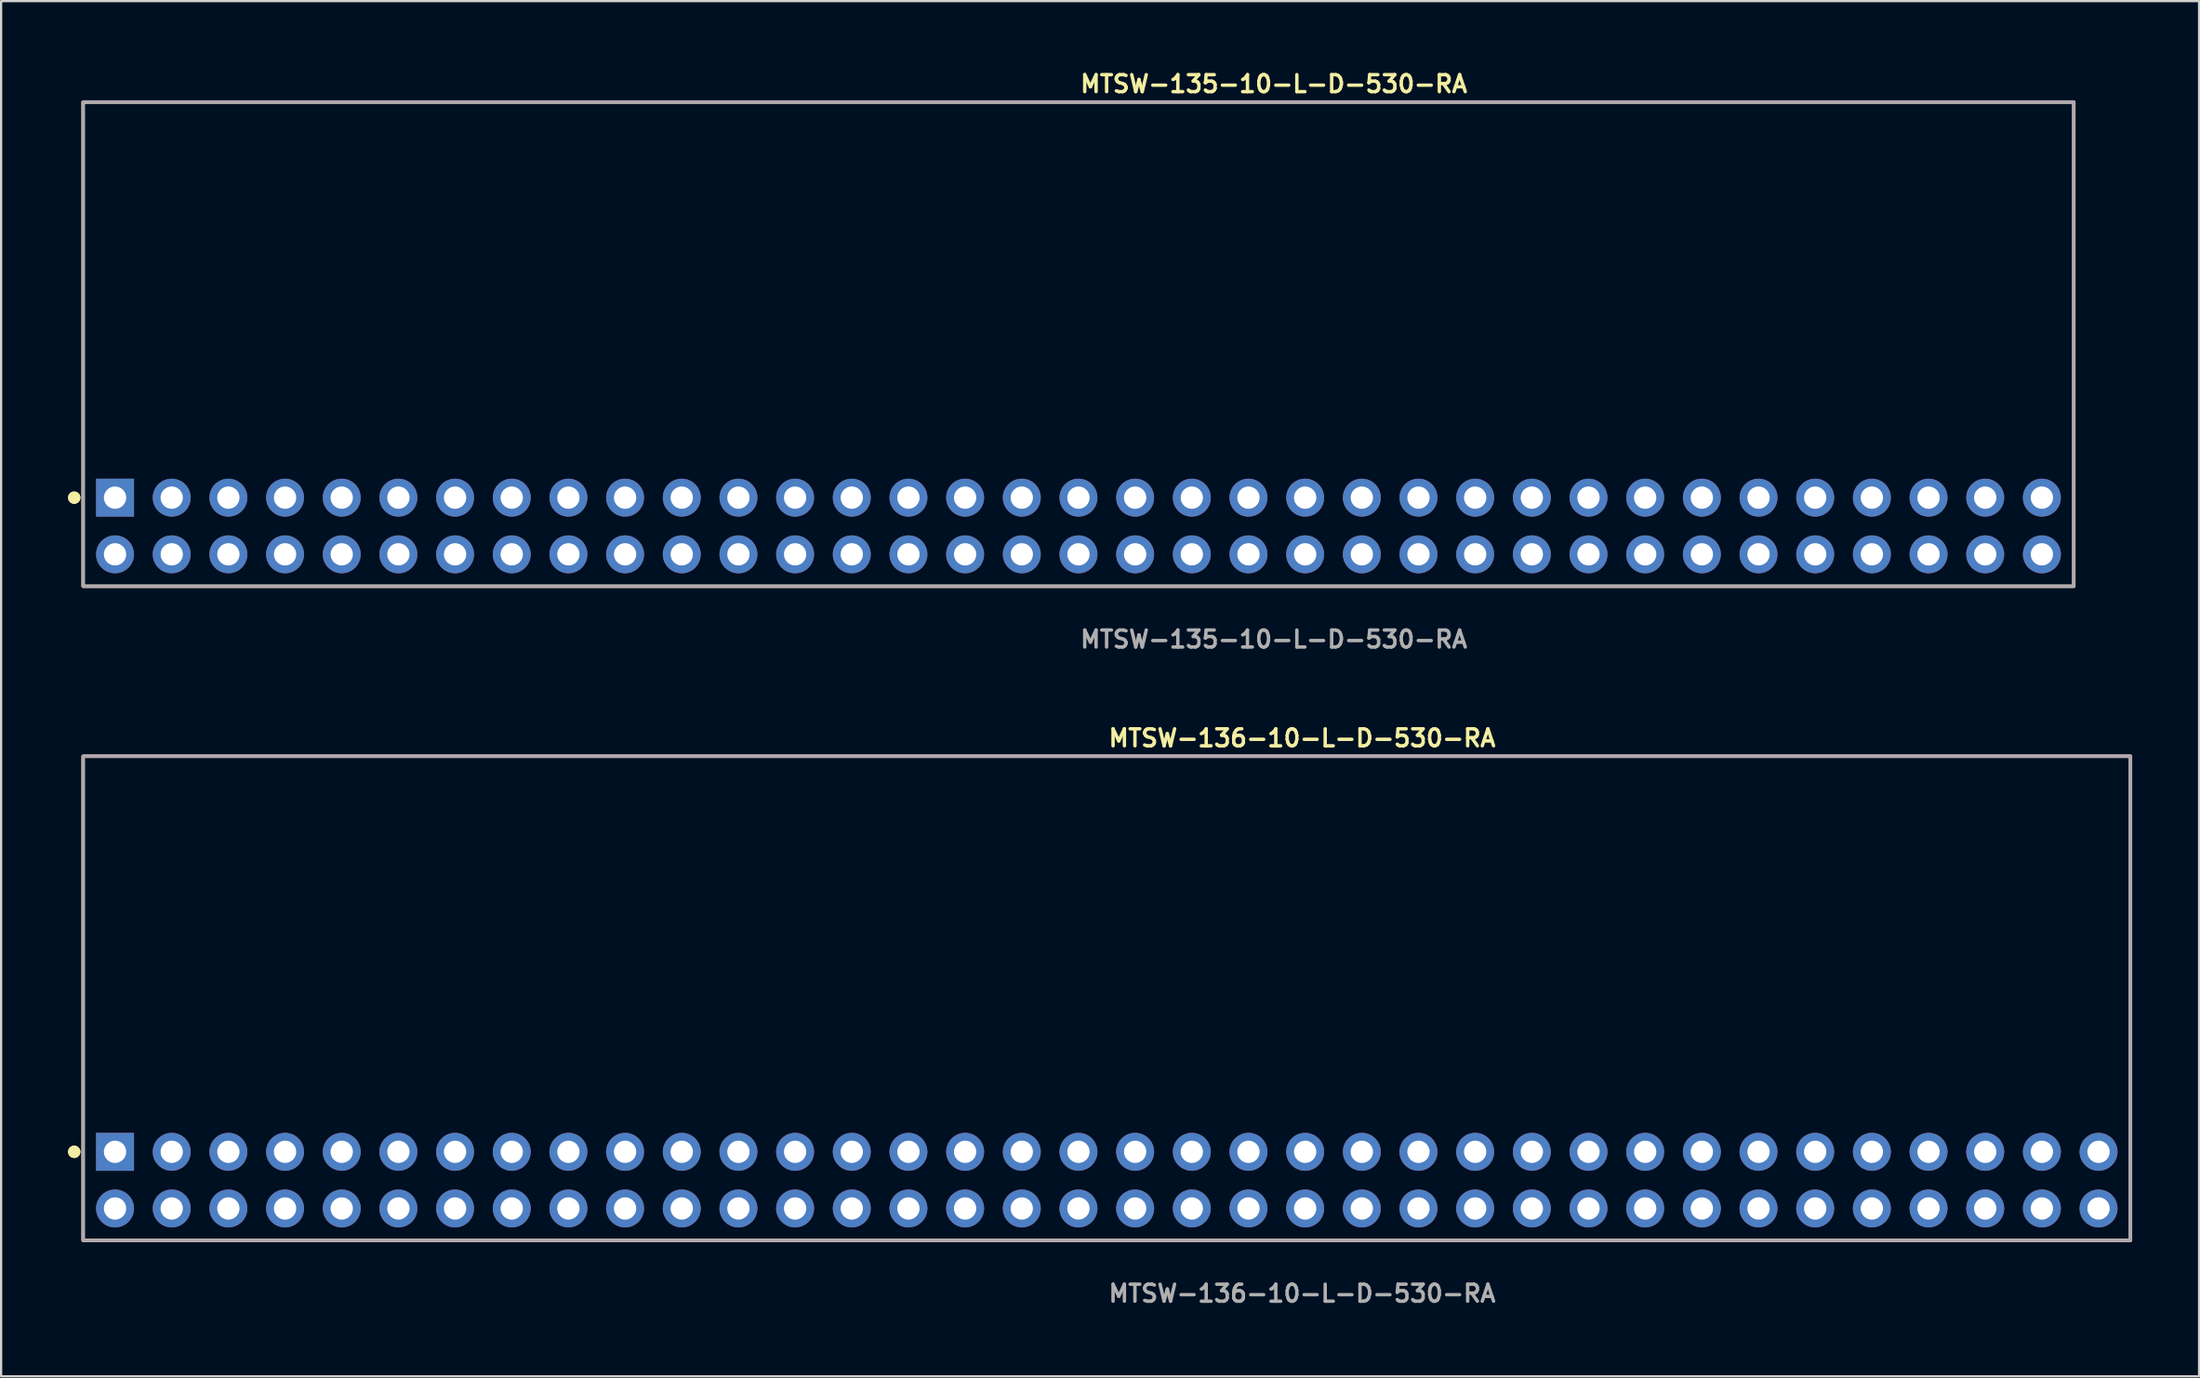
<source format=kicad_pcb>
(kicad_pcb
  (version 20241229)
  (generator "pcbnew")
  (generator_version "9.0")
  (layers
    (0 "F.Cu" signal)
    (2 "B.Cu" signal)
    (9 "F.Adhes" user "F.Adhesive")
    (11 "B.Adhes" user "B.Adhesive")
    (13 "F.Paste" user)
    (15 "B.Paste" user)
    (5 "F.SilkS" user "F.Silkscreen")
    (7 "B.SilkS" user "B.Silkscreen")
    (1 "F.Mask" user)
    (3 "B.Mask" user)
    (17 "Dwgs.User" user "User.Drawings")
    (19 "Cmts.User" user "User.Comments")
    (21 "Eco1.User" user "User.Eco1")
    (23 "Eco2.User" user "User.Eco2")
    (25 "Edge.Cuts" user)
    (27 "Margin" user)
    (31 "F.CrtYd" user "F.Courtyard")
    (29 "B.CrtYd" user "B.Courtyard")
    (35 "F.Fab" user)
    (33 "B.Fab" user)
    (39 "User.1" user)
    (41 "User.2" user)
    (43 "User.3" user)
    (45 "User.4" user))
  (footprint "MTSW-136-10-L-D-530-RA"
    (layer "F.Cu")
    (at 46.556 49.844)
    (property "Reference" "MTSW-136-10-L-D-530-RA" (at 0 -19.812 0) (unlocked yes) (layer "F.SilkS") (effects (font (size 0.762 0.762) (thickness 0.152)) (justify left)))
    (fp_rect (start -45.88 2.7) (end 45.88 -19) (stroke (width 0.152) (type solid)) (fill no) (layer "F.SilkS"))
    (fp_circle (center -46.28 -1.27) (end -46.48 -1.27) (stroke (width 0.152) (type solid)) (fill yes) (layer "F.SilkS"))
    (fp_circle (center -46.28 -1.27) (end -46.48 -1.27) (stroke (width 0.152) (type solid)) (fill yes) (layer "F.SilkS"))
    (fp_rect (start -45.88 2.7) (end 45.88 -19) (stroke (width 0.006) (type solid)) (fill no) (layer "F.CrtYd"))
    (fp_rect (start -45.88 2.7) (end 45.88 -19) (stroke (width 0.152) (type solid)) (fill no) (layer "F.Fab"))
    (fp_text user "${REFERENCE}" (at 0 5.08 0) (unlocked yes) (layer "F.Fab") (effects (font (size 0.762 0.762) (thickness 0.152)) (justify left)))
    (pad "1" thru_hole rect (at -44.45 -1.27) (size 1.7 1.7) (drill 1) (layers "*.Cu" "*.Mask"))
    (pad "2" thru_hole circle (at -44.45 1.27) (size 1.7 1.7) (drill 1) (layers "*.Cu" "*.Mask"))
    (pad "3" thru_hole circle (at -41.91 -1.27) (size 1.7 1.7) (drill 1) (layers "*.Cu" "*.Mask"))
    (pad "4" thru_hole circle (at -41.91 1.27) (size 1.7 1.7) (drill 1) (layers "*.Cu" "*.Mask"))
    (pad "5" thru_hole circle (at -39.37 -1.27) (size 1.7 1.7) (drill 1) (layers "*.Cu" "*.Mask"))
    (pad "6" thru_hole circle (at -39.37 1.27) (size 1.7 1.7) (drill 1) (layers "*.Cu" "*.Mask"))
    (pad "7" thru_hole circle (at -36.83 -1.27) (size 1.7 1.7) (drill 1) (layers "*.Cu" "*.Mask"))
    (pad "8" thru_hole circle (at -36.83 1.27) (size 1.7 1.7) (drill 1) (layers "*.Cu" "*.Mask"))
    (pad "9" thru_hole circle (at -34.29 -1.27) (size 1.7 1.7) (drill 1) (layers "*.Cu" "*.Mask"))
    (pad "10" thru_hole circle (at -34.29 1.27) (size 1.7 1.7) (drill 1) (layers "*.Cu" "*.Mask"))
    (pad "11" thru_hole circle (at -31.75 -1.27) (size 1.7 1.7) (drill 1) (layers "*.Cu" "*.Mask"))
    (pad "12" thru_hole circle (at -31.75 1.27) (size 1.7 1.7) (drill 1) (layers "*.Cu" "*.Mask"))
    (pad "13" thru_hole circle (at -29.21 -1.27) (size 1.7 1.7) (drill 1) (layers "*.Cu" "*.Mask"))
    (pad "14" thru_hole circle (at -29.21 1.27) (size 1.7 1.7) (drill 1) (layers "*.Cu" "*.Mask"))
    (pad "15" thru_hole circle (at -26.67 -1.27) (size 1.7 1.7) (drill 1) (layers "*.Cu" "*.Mask"))
    (pad "16" thru_hole circle (at -26.67 1.27) (size 1.7 1.7) (drill 1) (layers "*.Cu" "*.Mask"))
    (pad "17" thru_hole circle (at -24.13 -1.27) (size 1.7 1.7) (drill 1) (layers "*.Cu" "*.Mask"))
    (pad "18" thru_hole circle (at -24.13 1.27) (size 1.7 1.7) (drill 1) (layers "*.Cu" "*.Mask"))
    (pad "19" thru_hole circle (at -21.59 -1.27) (size 1.7 1.7) (drill 1) (layers "*.Cu" "*.Mask"))
    (pad "20" thru_hole circle (at -21.59 1.27) (size 1.7 1.7) (drill 1) (layers "*.Cu" "*.Mask"))
    (pad "21" thru_hole circle (at -19.05 -1.27) (size 1.7 1.7) (drill 1) (layers "*.Cu" "*.Mask"))
    (pad "22" thru_hole circle (at -19.05 1.27) (size 1.7 1.7) (drill 1) (layers "*.Cu" "*.Mask"))
    (pad "23" thru_hole circle (at -16.51 -1.27) (size 1.7 1.7) (drill 1) (layers "*.Cu" "*.Mask"))
    (pad "24" thru_hole circle (at -16.51 1.27) (size 1.7 1.7) (drill 1) (layers "*.Cu" "*.Mask"))
    (pad "25" thru_hole circle (at -13.97 -1.27) (size 1.7 1.7) (drill 1) (layers "*.Cu" "*.Mask"))
    (pad "26" thru_hole circle (at -13.97 1.27) (size 1.7 1.7) (drill 1) (layers "*.Cu" "*.Mask"))
    (pad "27" thru_hole circle (at -11.43 -1.27) (size 1.7 1.7) (drill 1) (layers "*.Cu" "*.Mask"))
    (pad "28" thru_hole circle (at -11.43 1.27) (size 1.7 1.7) (drill 1) (layers "*.Cu" "*.Mask"))
    (pad "29" thru_hole circle (at -8.89 -1.27) (size 1.7 1.7) (drill 1) (layers "*.Cu" "*.Mask"))
    (pad "30" thru_hole circle (at -8.89 1.27) (size 1.7 1.7) (drill 1) (layers "*.Cu" "*.Mask"))
    (pad "31" thru_hole circle (at -6.35 -1.27) (size 1.7 1.7) (drill 1) (layers "*.Cu" "*.Mask"))
    (pad "32" thru_hole circle (at -6.35 1.27) (size 1.7 1.7) (drill 1) (layers "*.Cu" "*.Mask"))
    (pad "33" thru_hole circle (at -3.81 -1.27) (size 1.7 1.7) (drill 1) (layers "*.Cu" "*.Mask"))
    (pad "34" thru_hole circle (at -3.81 1.27) (size 1.7 1.7) (drill 1) (layers "*.Cu" "*.Mask"))
    (pad "35" thru_hole circle (at -1.27 -1.27) (size 1.7 1.7) (drill 1) (layers "*.Cu" "*.Mask"))
    (pad "36" thru_hole circle (at -1.27 1.27) (size 1.7 1.7) (drill 1) (layers "*.Cu" "*.Mask"))
    (pad "37" thru_hole circle (at 1.27 -1.27) (size 1.7 1.7) (drill 1) (layers "*.Cu" "*.Mask"))
    (pad "38" thru_hole circle (at 1.27 1.27) (size 1.7 1.7) (drill 1) (layers "*.Cu" "*.Mask"))
    (pad "39" thru_hole circle (at 3.81 -1.27) (size 1.7 1.7) (drill 1) (layers "*.Cu" "*.Mask"))
    (pad "40" thru_hole circle (at 3.81 1.27) (size 1.7 1.7) (drill 1) (layers "*.Cu" "*.Mask"))
    (pad "41" thru_hole circle (at 6.35 -1.27) (size 1.7 1.7) (drill 1) (layers "*.Cu" "*.Mask"))
    (pad "42" thru_hole circle (at 6.35 1.27) (size 1.7 1.7) (drill 1) (layers "*.Cu" "*.Mask"))
    (pad "43" thru_hole circle (at 8.89 -1.27) (size 1.7 1.7) (drill 1) (layers "*.Cu" "*.Mask"))
    (pad "44" thru_hole circle (at 8.89 1.27) (size 1.7 1.7) (drill 1) (layers "*.Cu" "*.Mask"))
    (pad "45" thru_hole circle (at 11.43 -1.27) (size 1.7 1.7) (drill 1) (layers "*.Cu" "*.Mask"))
    (pad "46" thru_hole circle (at 11.43 1.27) (size 1.7 1.7) (drill 1) (layers "*.Cu" "*.Mask"))
    (pad "47" thru_hole circle (at 13.97 -1.27) (size 1.7 1.7) (drill 1) (layers "*.Cu" "*.Mask"))
    (pad "48" thru_hole circle (at 13.97 1.27) (size 1.7 1.7) (drill 1) (layers "*.Cu" "*.Mask"))
    (pad "49" thru_hole circle (at 16.51 -1.27) (size 1.7 1.7) (drill 1) (layers "*.Cu" "*.Mask"))
    (pad "50" thru_hole circle (at 16.51 1.27) (size 1.7 1.7) (drill 1) (layers "*.Cu" "*.Mask"))
    (pad "51" thru_hole circle (at 19.05 -1.27) (size 1.7 1.7) (drill 1) (layers "*.Cu" "*.Mask"))
    (pad "52" thru_hole circle (at 19.05 1.27) (size 1.7 1.7) (drill 1) (layers "*.Cu" "*.Mask"))
    (pad "53" thru_hole circle (at 21.59 -1.27) (size 1.7 1.7) (drill 1) (layers "*.Cu" "*.Mask"))
    (pad "54" thru_hole circle (at 21.59 1.27) (size 1.7 1.7) (drill 1) (layers "*.Cu" "*.Mask"))
    (pad "55" thru_hole circle (at 24.13 -1.27) (size 1.7 1.7) (drill 1) (layers "*.Cu" "*.Mask"))
    (pad "56" thru_hole circle (at 24.13 1.27) (size 1.7 1.7) (drill 1) (layers "*.Cu" "*.Mask"))
    (pad "57" thru_hole circle (at 26.67 -1.27) (size 1.7 1.7) (drill 1) (layers "*.Cu" "*.Mask"))
    (pad "58" thru_hole circle (at 26.67 1.27) (size 1.7 1.7) (drill 1) (layers "*.Cu" "*.Mask"))
    (pad "59" thru_hole circle (at 29.21 -1.27) (size 1.7 1.7) (drill 1) (layers "*.Cu" "*.Mask"))
    (pad "60" thru_hole circle (at 29.21 1.27) (size 1.7 1.7) (drill 1) (layers "*.Cu" "*.Mask"))
    (pad "61" thru_hole circle (at 31.75 -1.27) (size 1.7 1.7) (drill 1) (layers "*.Cu" "*.Mask"))
    (pad "62" thru_hole circle (at 31.75 1.27) (size 1.7 1.7) (drill 1) (layers "*.Cu" "*.Mask"))
    (pad "63" thru_hole circle (at 34.29 -1.27) (size 1.7 1.7) (drill 1) (layers "*.Cu" "*.Mask"))
    (pad "64" thru_hole circle (at 34.29 1.27) (size 1.7 1.7) (drill 1) (layers "*.Cu" "*.Mask"))
    (pad "65" thru_hole circle (at 36.83 -1.27) (size 1.7 1.7) (drill 1) (layers "*.Cu" "*.Mask"))
    (pad "66" thru_hole circle (at 36.83 1.27) (size 1.7 1.7) (drill 1) (layers "*.Cu" "*.Mask"))
    (pad "67" thru_hole circle (at 39.37 -1.27) (size 1.7 1.7) (drill 1) (layers "*.Cu" "*.Mask"))
    (pad "68" thru_hole circle (at 39.37 1.27) (size 1.7 1.7) (drill 1) (layers "*.Cu" "*.Mask"))
    (pad "69" thru_hole circle (at 41.91 -1.27) (size 1.7 1.7) (drill 1) (layers "*.Cu" "*.Mask"))
    (pad "70" thru_hole circle (at 41.91 1.27) (size 1.7 1.7) (drill 1) (layers "*.Cu" "*.Mask"))
    (pad "71" thru_hole circle (at 44.45 -1.27) (size 1.7 1.7) (drill 1) (layers "*.Cu" "*.Mask"))
    (pad "72" thru_hole circle (at 44.45 1.27) (size 1.7 1.7) (drill 1) (layers "*.Cu" "*.Mask")))
  (footprint "MTSW-135-10-L-D-530-RA"
    (layer "F.Cu")
    (at 45.286 20.525)
    (property "Reference" "MTSW-135-10-L-D-530-RA" (at 0 -19.812 0) (unlocked yes) (layer "F.SilkS") (effects (font (size 0.762 0.762) (thickness 0.152)) (justify left)))
    (fp_rect (start -44.61 2.7) (end 44.61 -19) (stroke (width 0.152) (type solid)) (fill no) (layer "F.SilkS"))
    (fp_circle (center -45.01 -1.27) (end -45.21 -1.27) (stroke (width 0.152) (type solid)) (fill yes) (layer "F.SilkS"))
    (fp_circle (center -45.01 -1.27) (end -45.21 -1.27) (stroke (width 0.152) (type solid)) (fill yes) (layer "F.SilkS"))
    (fp_rect (start -44.61 2.7) (end 44.61 -19) (stroke (width 0.006) (type solid)) (fill no) (layer "F.CrtYd"))
    (fp_rect (start -44.61 2.7) (end 44.61 -19) (stroke (width 0.152) (type solid)) (fill no) (layer "F.Fab"))
    (fp_text user "${REFERENCE}" (at 0 5.08 0) (unlocked yes) (layer "F.Fab") (effects (font (size 0.762 0.762) (thickness 0.152)) (justify left)))
    (pad "1" thru_hole rect (at -43.18 -1.27) (size 1.7 1.7) (drill 1) (layers "*.Cu" "*.Mask"))
    (pad "2" thru_hole circle (at -43.18 1.27) (size 1.7 1.7) (drill 1) (layers "*.Cu" "*.Mask"))
    (pad "3" thru_hole circle (at -40.64 -1.27) (size 1.7 1.7) (drill 1) (layers "*.Cu" "*.Mask"))
    (pad "4" thru_hole circle (at -40.64 1.27) (size 1.7 1.7) (drill 1) (layers "*.Cu" "*.Mask"))
    (pad "5" thru_hole circle (at -38.1 -1.27) (size 1.7 1.7) (drill 1) (layers "*.Cu" "*.Mask"))
    (pad "6" thru_hole circle (at -38.1 1.27) (size 1.7 1.7) (drill 1) (layers "*.Cu" "*.Mask"))
    (pad "7" thru_hole circle (at -35.56 -1.27) (size 1.7 1.7) (drill 1) (layers "*.Cu" "*.Mask"))
    (pad "8" thru_hole circle (at -35.56 1.27) (size 1.7 1.7) (drill 1) (layers "*.Cu" "*.Mask"))
    (pad "9" thru_hole circle (at -33.02 -1.27) (size 1.7 1.7) (drill 1) (layers "*.Cu" "*.Mask"))
    (pad "10" thru_hole circle (at -33.02 1.27) (size 1.7 1.7) (drill 1) (layers "*.Cu" "*.Mask"))
    (pad "11" thru_hole circle (at -30.48 -1.27) (size 1.7 1.7) (drill 1) (layers "*.Cu" "*.Mask"))
    (pad "12" thru_hole circle (at -30.48 1.27) (size 1.7 1.7) (drill 1) (layers "*.Cu" "*.Mask"))
    (pad "13" thru_hole circle (at -27.94 -1.27) (size 1.7 1.7) (drill 1) (layers "*.Cu" "*.Mask"))
    (pad "14" thru_hole circle (at -27.94 1.27) (size 1.7 1.7) (drill 1) (layers "*.Cu" "*.Mask"))
    (pad "15" thru_hole circle (at -25.4 -1.27) (size 1.7 1.7) (drill 1) (layers "*.Cu" "*.Mask"))
    (pad "16" thru_hole circle (at -25.4 1.27) (size 1.7 1.7) (drill 1) (layers "*.Cu" "*.Mask"))
    (pad "17" thru_hole circle (at -22.86 -1.27) (size 1.7 1.7) (drill 1) (layers "*.Cu" "*.Mask"))
    (pad "18" thru_hole circle (at -22.86 1.27) (size 1.7 1.7) (drill 1) (layers "*.Cu" "*.Mask"))
    (pad "19" thru_hole circle (at -20.32 -1.27) (size 1.7 1.7) (drill 1) (layers "*.Cu" "*.Mask"))
    (pad "20" thru_hole circle (at -20.32 1.27) (size 1.7 1.7) (drill 1) (layers "*.Cu" "*.Mask"))
    (pad "21" thru_hole circle (at -17.78 -1.27) (size 1.7 1.7) (drill 1) (layers "*.Cu" "*.Mask"))
    (pad "22" thru_hole circle (at -17.78 1.27) (size 1.7 1.7) (drill 1) (layers "*.Cu" "*.Mask"))
    (pad "23" thru_hole circle (at -15.24 -1.27) (size 1.7 1.7) (drill 1) (layers "*.Cu" "*.Mask"))
    (pad "24" thru_hole circle (at -15.24 1.27) (size 1.7 1.7) (drill 1) (layers "*.Cu" "*.Mask"))
    (pad "25" thru_hole circle (at -12.7 -1.27) (size 1.7 1.7) (drill 1) (layers "*.Cu" "*.Mask"))
    (pad "26" thru_hole circle (at -12.7 1.27) (size 1.7 1.7) (drill 1) (layers "*.Cu" "*.Mask"))
    (pad "27" thru_hole circle (at -10.16 -1.27) (size 1.7 1.7) (drill 1) (layers "*.Cu" "*.Mask"))
    (pad "28" thru_hole circle (at -10.16 1.27) (size 1.7 1.7) (drill 1) (layers "*.Cu" "*.Mask"))
    (pad "29" thru_hole circle (at -7.62 -1.27) (size 1.7 1.7) (drill 1) (layers "*.Cu" "*.Mask"))
    (pad "30" thru_hole circle (at -7.62 1.27) (size 1.7 1.7) (drill 1) (layers "*.Cu" "*.Mask"))
    (pad "31" thru_hole circle (at -5.08 -1.27) (size 1.7 1.7) (drill 1) (layers "*.Cu" "*.Mask"))
    (pad "32" thru_hole circle (at -5.08 1.27) (size 1.7 1.7) (drill 1) (layers "*.Cu" "*.Mask"))
    (pad "33" thru_hole circle (at -2.54 -1.27) (size 1.7 1.7) (drill 1) (layers "*.Cu" "*.Mask"))
    (pad "34" thru_hole circle (at -2.54 1.27) (size 1.7 1.7) (drill 1) (layers "*.Cu" "*.Mask"))
    (pad "35" thru_hole circle (at 0 -1.27) (size 1.7 1.7) (drill 1) (layers "*.Cu" "*.Mask"))
    (pad "36" thru_hole circle (at 0 1.27) (size 1.7 1.7) (drill 1) (layers "*.Cu" "*.Mask"))
    (pad "37" thru_hole circle (at 2.54 -1.27) (size 1.7 1.7) (drill 1) (layers "*.Cu" "*.Mask"))
    (pad "38" thru_hole circle (at 2.54 1.27) (size 1.7 1.7) (drill 1) (layers "*.Cu" "*.Mask"))
    (pad "39" thru_hole circle (at 5.08 -1.27) (size 1.7 1.7) (drill 1) (layers "*.Cu" "*.Mask"))
    (pad "40" thru_hole circle (at 5.08 1.27) (size 1.7 1.7) (drill 1) (layers "*.Cu" "*.Mask"))
    (pad "41" thru_hole circle (at 7.62 -1.27) (size 1.7 1.7) (drill 1) (layers "*.Cu" "*.Mask"))
    (pad "42" thru_hole circle (at 7.62 1.27) (size 1.7 1.7) (drill 1) (layers "*.Cu" "*.Mask"))
    (pad "43" thru_hole circle (at 10.16 -1.27) (size 1.7 1.7) (drill 1) (layers "*.Cu" "*.Mask"))
    (pad "44" thru_hole circle (at 10.16 1.27) (size 1.7 1.7) (drill 1) (layers "*.Cu" "*.Mask"))
    (pad "45" thru_hole circle (at 12.7 -1.27) (size 1.7 1.7) (drill 1) (layers "*.Cu" "*.Mask"))
    (pad "46" thru_hole circle (at 12.7 1.27) (size 1.7 1.7) (drill 1) (layers "*.Cu" "*.Mask"))
    (pad "47" thru_hole circle (at 15.24 -1.27) (size 1.7 1.7) (drill 1) (layers "*.Cu" "*.Mask"))
    (pad "48" thru_hole circle (at 15.24 1.27) (size 1.7 1.7) (drill 1) (layers "*.Cu" "*.Mask"))
    (pad "49" thru_hole circle (at 17.78 -1.27) (size 1.7 1.7) (drill 1) (layers "*.Cu" "*.Mask"))
    (pad "50" thru_hole circle (at 17.78 1.27) (size 1.7 1.7) (drill 1) (layers "*.Cu" "*.Mask"))
    (pad "51" thru_hole circle (at 20.32 -1.27) (size 1.7 1.7) (drill 1) (layers "*.Cu" "*.Mask"))
    (pad "52" thru_hole circle (at 20.32 1.27) (size 1.7 1.7) (drill 1) (layers "*.Cu" "*.Mask"))
    (pad "53" thru_hole circle (at 22.86 -1.27) (size 1.7 1.7) (drill 1) (layers "*.Cu" "*.Mask"))
    (pad "54" thru_hole circle (at 22.86 1.27) (size 1.7 1.7) (drill 1) (layers "*.Cu" "*.Mask"))
    (pad "55" thru_hole circle (at 25.4 -1.27) (size 1.7 1.7) (drill 1) (layers "*.Cu" "*.Mask"))
    (pad "56" thru_hole circle (at 25.4 1.27) (size 1.7 1.7) (drill 1) (layers "*.Cu" "*.Mask"))
    (pad "57" thru_hole circle (at 27.94 -1.27) (size 1.7 1.7) (drill 1) (layers "*.Cu" "*.Mask"))
    (pad "58" thru_hole circle (at 27.94 1.27) (size 1.7 1.7) (drill 1) (layers "*.Cu" "*.Mask"))
    (pad "59" thru_hole circle (at 30.48 -1.27) (size 1.7 1.7) (drill 1) (layers "*.Cu" "*.Mask"))
    (pad "60" thru_hole circle (at 30.48 1.27) (size 1.7 1.7) (drill 1) (layers "*.Cu" "*.Mask"))
    (pad "61" thru_hole circle (at 33.02 -1.27) (size 1.7 1.7) (drill 1) (layers "*.Cu" "*.Mask"))
    (pad "62" thru_hole circle (at 33.02 1.27) (size 1.7 1.7) (drill 1) (layers "*.Cu" "*.Mask"))
    (pad "63" thru_hole circle (at 35.56 -1.27) (size 1.7 1.7) (drill 1) (layers "*.Cu" "*.Mask"))
    (pad "64" thru_hole circle (at 35.56 1.27) (size 1.7 1.7) (drill 1) (layers "*.Cu" "*.Mask"))
    (pad "65" thru_hole circle (at 38.1 -1.27) (size 1.7 1.7) (drill 1) (layers "*.Cu" "*.Mask"))
    (pad "66" thru_hole circle (at 38.1 1.27) (size 1.7 1.7) (drill 1) (layers "*.Cu" "*.Mask"))
    (pad "67" thru_hole circle (at 40.64 -1.27) (size 1.7 1.7) (drill 1) (layers "*.Cu" "*.Mask"))
    (pad "68" thru_hole circle (at 40.64 1.27) (size 1.7 1.7) (drill 1) (layers "*.Cu" "*.Mask"))
    (pad "69" thru_hole circle (at 43.18 -1.27) (size 1.7 1.7) (drill 1) (layers "*.Cu" "*.Mask"))
    (pad "70" thru_hole circle (at 43.18 1.27) (size 1.7 1.7) (drill 1) (layers "*.Cu" "*.Mask")))
  (gr_rect
    (start -3 -3)
    (end 95.512 58.637)
    (stroke (width 0.1) (type default))
    (fill no)
    (layer "Edge.Cuts")))
</source>
